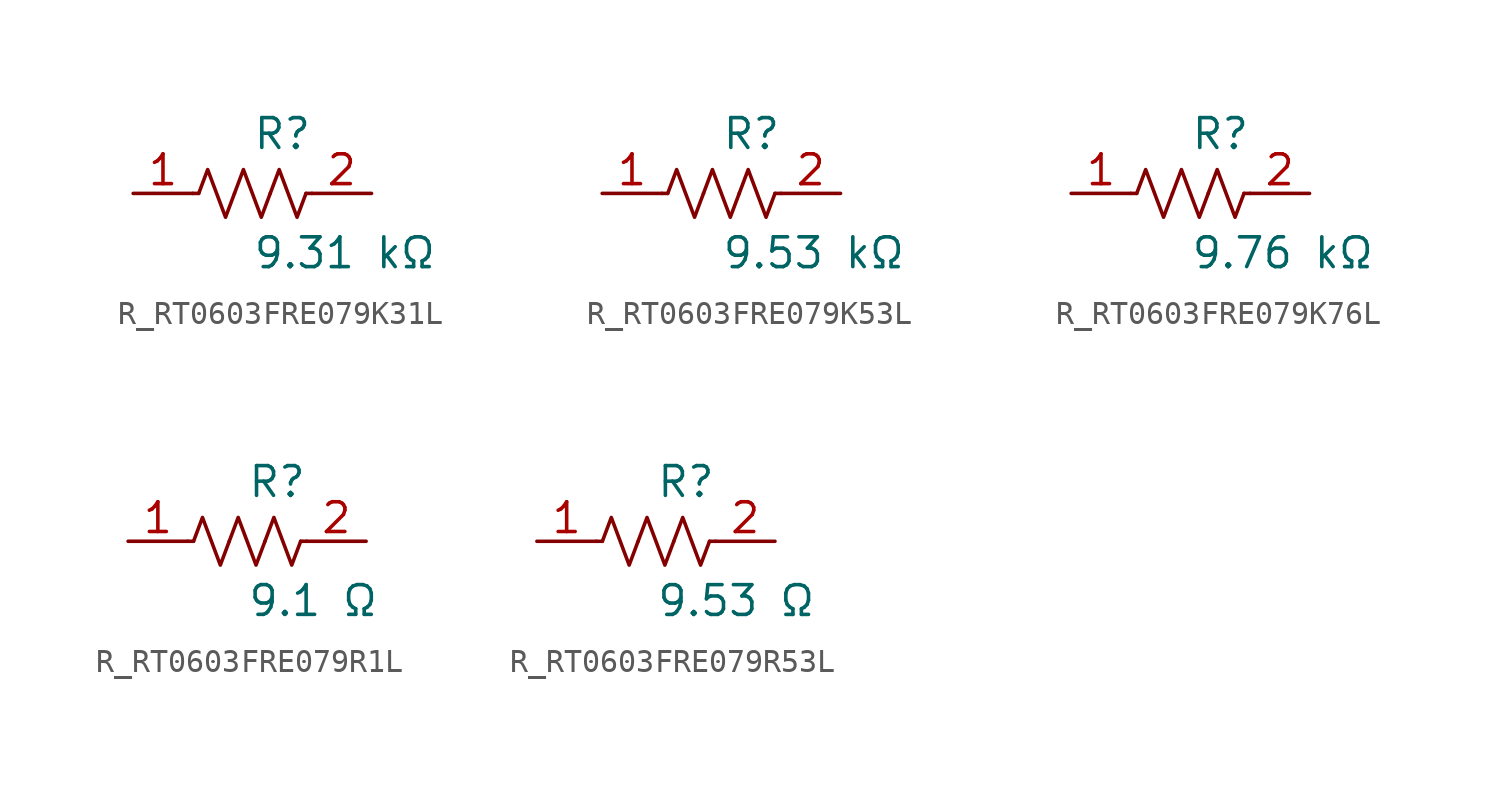
<source format=kicad_sym>
(kicad_symbol_lib
  (version 20231120)
  (generator kicad_symbol_editor)
  (generator_version 8.0)
  (symbol "R_RT0603FRE079K31L"
    (pin_names
      (offset 0.254))
    (property "Reference" "R"
      (at 0.0 2.54 0)
      (effects (font (size 1.27 1.27)) (justify left)))
    (property "Value" "9.31 kΩ"
      (at 0.0 -2.54 0)
      (effects (font (size 1.27 1.27)) (justify left)))
    (symbol "R_RT0603FRE079K31L_0_1"
      (polyline (pts (xy 2.286 0) (xy 2.54 0)) (stroke (width 0) (type default)) (fill (type none)))
      (polyline (pts (xy -2.286 0) (xy -2.54 0)) (stroke (width 0) (type default)) (fill (type none)))
      (polyline (pts (xy 0.762 0) (xy 1.143 1.016) (xy 1.524 0) (xy 1.905 -1.016) (xy 2.286 0)) (stroke (width 0) (type default)) (fill (type none)))
      (polyline (pts (xy -0.762 0) (xy -0.381 1.016) (xy 0 0) (xy 0.381 -1.016) (xy 0.762 0)) (stroke (width 0) (type default)) (fill (type none)))
      (polyline (pts (xy -2.286 0) (xy -1.905 1.016) (xy -1.524 0) (xy -1.143 -1.016) (xy -0.762 0)) (stroke (width 0) (type default)) (fill (type none))))
    (pin unspecified line
      (at -5.08 0 0)
      (length 2.54)
      (name "" (effects (font (size 1.27 1.27))))
      (number "1" (effects (font (size 1.27 1.27)))))
    (pin unspecified line
      (at 5.08 0 180)
      (length 2.54)
      (name "" (effects (font (size 1.27 1.27))))
      (number "2" (effects (font (size 1.27 1.27))))))
  (symbol "R_RT0603FRE079K53L"
    (pin_names
      (offset 0.254))
    (property "Reference" "R"
      (at 0.0 2.54 0)
      (effects (font (size 1.27 1.27)) (justify left)))
    (property "Value" "9.53 kΩ"
      (at 0.0 -2.54 0)
      (effects (font (size 1.27 1.27)) (justify left)))
    (symbol "R_RT0603FRE079K53L_0_1"
      (polyline (pts (xy 2.286 0) (xy 2.54 0)) (stroke (width 0) (type default)) (fill (type none)))
      (polyline (pts (xy -2.286 0) (xy -2.54 0)) (stroke (width 0) (type default)) (fill (type none)))
      (polyline (pts (xy 0.762 0) (xy 1.143 1.016) (xy 1.524 0) (xy 1.905 -1.016) (xy 2.286 0)) (stroke (width 0) (type default)) (fill (type none)))
      (polyline (pts (xy -0.762 0) (xy -0.381 1.016) (xy 0 0) (xy 0.381 -1.016) (xy 0.762 0)) (stroke (width 0) (type default)) (fill (type none)))
      (polyline (pts (xy -2.286 0) (xy -1.905 1.016) (xy -1.524 0) (xy -1.143 -1.016) (xy -0.762 0)) (stroke (width 0) (type default)) (fill (type none))))
    (pin unspecified line
      (at -5.08 0 0)
      (length 2.54)
      (name "" (effects (font (size 1.27 1.27))))
      (number "1" (effects (font (size 1.27 1.27)))))
    (pin unspecified line
      (at 5.08 0 180)
      (length 2.54)
      (name "" (effects (font (size 1.27 1.27))))
      (number "2" (effects (font (size 1.27 1.27))))))
  (symbol "R_RT0603FRE079K76L"
    (pin_names
      (offset 0.254))
    (property "Reference" "R"
      (at 0.0 2.54 0)
      (effects (font (size 1.27 1.27)) (justify left)))
    (property "Value" "9.76 kΩ"
      (at 0.0 -2.54 0)
      (effects (font (size 1.27 1.27)) (justify left)))
    (symbol "R_RT0603FRE079K76L_0_1"
      (polyline (pts (xy 2.286 0) (xy 2.54 0)) (stroke (width 0) (type default)) (fill (type none)))
      (polyline (pts (xy -2.286 0) (xy -2.54 0)) (stroke (width 0) (type default)) (fill (type none)))
      (polyline (pts (xy 0.762 0) (xy 1.143 1.016) (xy 1.524 0) (xy 1.905 -1.016) (xy 2.286 0)) (stroke (width 0) (type default)) (fill (type none)))
      (polyline (pts (xy -0.762 0) (xy -0.381 1.016) (xy 0 0) (xy 0.381 -1.016) (xy 0.762 0)) (stroke (width 0) (type default)) (fill (type none)))
      (polyline (pts (xy -2.286 0) (xy -1.905 1.016) (xy -1.524 0) (xy -1.143 -1.016) (xy -0.762 0)) (stroke (width 0) (type default)) (fill (type none))))
    (pin unspecified line
      (at -5.08 0 0)
      (length 2.54)
      (name "" (effects (font (size 1.27 1.27))))
      (number "1" (effects (font (size 1.27 1.27)))))
    (pin unspecified line
      (at 5.08 0 180)
      (length 2.54)
      (name "" (effects (font (size 1.27 1.27))))
      (number "2" (effects (font (size 1.27 1.27))))))
  (symbol "R_RT0603FRE079R1L"
    (pin_names
      (offset 0.254))
    (property "Reference" "R"
      (at 0.0 2.54 0)
      (effects (font (size 1.27 1.27)) (justify left)))
    (property "Value" "9.1 Ω"
      (at 0.0 -2.54 0)
      (effects (font (size 1.27 1.27)) (justify left)))
    (symbol "R_RT0603FRE079R1L_0_1"
      (polyline (pts (xy 2.286 0) (xy 2.54 0)) (stroke (width 0) (type default)) (fill (type none)))
      (polyline (pts (xy -2.286 0) (xy -2.54 0)) (stroke (width 0) (type default)) (fill (type none)))
      (polyline (pts (xy 0.762 0) (xy 1.143 1.016) (xy 1.524 0) (xy 1.905 -1.016) (xy 2.286 0)) (stroke (width 0) (type default)) (fill (type none)))
      (polyline (pts (xy -0.762 0) (xy -0.381 1.016) (xy 0 0) (xy 0.381 -1.016) (xy 0.762 0)) (stroke (width 0) (type default)) (fill (type none)))
      (polyline (pts (xy -2.286 0) (xy -1.905 1.016) (xy -1.524 0) (xy -1.143 -1.016) (xy -0.762 0)) (stroke (width 0) (type default)) (fill (type none))))
    (pin unspecified line
      (at -5.08 0 0)
      (length 2.54)
      (name "" (effects (font (size 1.27 1.27))))
      (number "1" (effects (font (size 1.27 1.27)))))
    (pin unspecified line
      (at 5.08 0 180)
      (length 2.54)
      (name "" (effects (font (size 1.27 1.27))))
      (number "2" (effects (font (size 1.27 1.27))))))
  (symbol "R_RT0603FRE079R53L"
    (pin_names
      (offset 0.254))
    (property "Reference" "R"
      (at 0.0 2.54 0)
      (effects (font (size 1.27 1.27)) (justify left)))
    (property "Value" "9.53 Ω"
      (at 0.0 -2.54 0)
      (effects (font (size 1.27 1.27)) (justify left)))
    (symbol "R_RT0603FRE079R53L_0_1"
      (polyline (pts (xy 2.286 0) (xy 2.54 0)) (stroke (width 0) (type default)) (fill (type none)))
      (polyline (pts (xy -2.286 0) (xy -2.54 0)) (stroke (width 0) (type default)) (fill (type none)))
      (polyline (pts (xy 0.762 0) (xy 1.143 1.016) (xy 1.524 0) (xy 1.905 -1.016) (xy 2.286 0)) (stroke (width 0) (type default)) (fill (type none)))
      (polyline (pts (xy -0.762 0) (xy -0.381 1.016) (xy 0 0) (xy 0.381 -1.016) (xy 0.762 0)) (stroke (width 0) (type default)) (fill (type none)))
      (polyline (pts (xy -2.286 0) (xy -1.905 1.016) (xy -1.524 0) (xy -1.143 -1.016) (xy -0.762 0)) (stroke (width 0) (type default)) (fill (type none))))
    (pin unspecified line
      (at -5.08 0 0)
      (length 2.54)
      (name "" (effects (font (size 1.27 1.27))))
      (number "1" (effects (font (size 1.27 1.27)))))
    (pin unspecified line
      (at 5.08 0 180)
      (length 2.54)
      (name "" (effects (font (size 1.27 1.27))))
      (number "2" (effects (font (size 1.27 1.27)))))))
</source>
